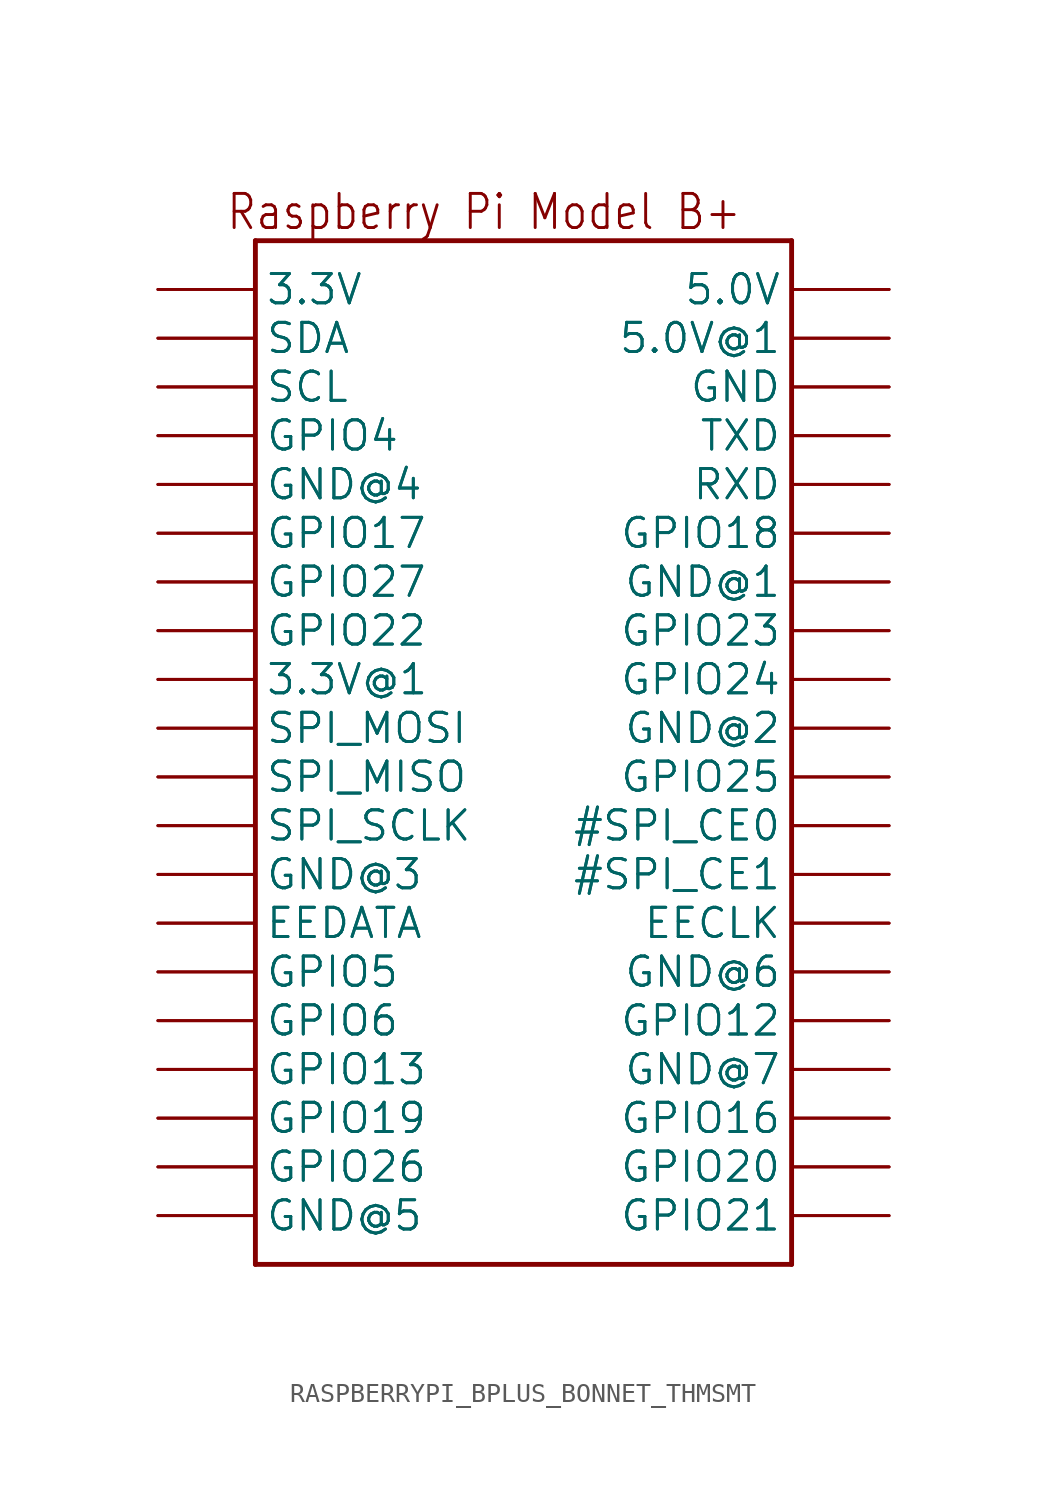
<source format=kicad_sym>
(kicad_symbol_lib
  (version 20241209)
  (generator "kicad_symbol_editor")
  (generator_version "9.0")
  (symbol "RASPBERRYPI_BPLUS_BONNET_THMSMT"
    (property "Reference" "RPI"
      (at 0 0 0)
      (effects (font (size 1.27 1.27)) (hide yes)))
    (property "ki_locked" ""
      (at 0 0 0)
      (effects (font (size 1.27 1.27))))
    (symbol "RASPBERRYPI_BPLUS_BONNET_THMSMT_1_0"
      (polyline (pts (xy -12.7 22.86) (xy 15.24 22.86)) (stroke (width 0.254) (type solid)) (fill (type none)))
      (polyline (pts (xy -12.7 -30.48) (xy -12.7 22.86)) (stroke (width 0.254) (type solid)) (fill (type none)))
      (polyline (pts (xy 15.24 22.86) (xy 15.24 -30.48)) (stroke (width 0.254) (type solid)) (fill (type none)))
      (polyline (pts (xy 15.24 -30.48) (xy -12.7 -30.48)) (stroke (width 0.254) (type solid)) (fill (type none)))
      (text "Raspberry Pi Model B+" (at 12.7 25.4 0) (effects (font (size 1.778 1.511)) (justify right top)))
      (pin power_in line (at -17.78 20.32 0) (length 5.08) (name "3.3V" (effects (font (size 1.524 1.524)))) (number "1" (effects (font (size 0 0)))))
      (pin power_in line (at -17.78 20.32 0) (length 5.08) (name "3.3V" (effects (font (size 1.524 1.524)))) (number "S1" (effects (font (size 0 0)))))
      (pin bidirectional line (at -17.78 17.78 0) (length 5.08) (name "SDA" (effects (font (size 1.524 1.524)))) (number "3" (effects (font (size 0 0)))))
      (pin bidirectional line (at -17.78 17.78 0) (length 5.08) (name "SDA" (effects (font (size 1.524 1.524)))) (number "S3" (effects (font (size 0 0)))))
      (pin bidirectional line (at -17.78 15.24 0) (length 5.08) (name "SCL" (effects (font (size 1.524 1.524)))) (number "5" (effects (font (size 0 0)))))
      (pin bidirectional line (at -17.78 15.24 0) (length 5.08) (name "SCL" (effects (font (size 1.524 1.524)))) (number "S5" (effects (font (size 0 0)))))
      (pin bidirectional line (at -17.78 12.7 0) (length 5.08) (name "GPIO4" (effects (font (size 1.524 1.524)))) (number "7" (effects (font (size 0 0)))))
      (pin bidirectional line (at -17.78 12.7 0) (length 5.08) (name "GPIO4" (effects (font (size 1.524 1.524)))) (number "S7" (effects (font (size 0 0)))))
      (pin power_in line (at -17.78 10.16 0) (length 5.08) (name "GND@4" (effects (font (size 1.524 1.524)))) (number "9" (effects (font (size 0 0)))))
      (pin power_in line (at -17.78 10.16 0) (length 5.08) (name "GND@4" (effects (font (size 1.524 1.524)))) (number "S9" (effects (font (size 0 0)))))
      (pin bidirectional line (at -17.78 7.62 0) (length 5.08) (name "GPIO17" (effects (font (size 1.524 1.524)))) (number "11" (effects (font (size 0 0)))))
      (pin bidirectional line (at -17.78 7.62 0) (length 5.08) (name "GPIO17" (effects (font (size 1.524 1.524)))) (number "S11" (effects (font (size 0 0)))))
      (pin bidirectional line (at -17.78 5.08 0) (length 5.08) (name "GPIO27" (effects (font (size 1.524 1.524)))) (number "13" (effects (font (size 0 0)))))
      (pin bidirectional line (at -17.78 5.08 0) (length 5.08) (name "GPIO27" (effects (font (size 1.524 1.524)))) (number "S13" (effects (font (size 0 0)))))
      (pin bidirectional line (at -17.78 2.54 0) (length 5.08) (name "GPIO22" (effects (font (size 1.524 1.524)))) (number "15" (effects (font (size 0 0)))))
      (pin bidirectional line (at -17.78 2.54 0) (length 5.08) (name "GPIO22" (effects (font (size 1.524 1.524)))) (number "S15" (effects (font (size 0 0)))))
      (pin power_in line (at -17.78 0 0) (length 5.08) (name "3.3V@1" (effects (font (size 1.524 1.524)))) (number "17" (effects (font (size 0 0)))))
      (pin power_in line (at -17.78 0 0) (length 5.08) (name "3.3V@1" (effects (font (size 1.524 1.524)))) (number "S17" (effects (font (size 0 0)))))
      (pin bidirectional line (at -17.78 -2.54 0) (length 5.08) (name "SPI_MOSI" (effects (font (size 1.524 1.524)))) (number "19" (effects (font (size 0 0)))))
      (pin bidirectional line (at -17.78 -2.54 0) (length 5.08) (name "SPI_MOSI" (effects (font (size 1.524 1.524)))) (number "S19" (effects (font (size 0 0)))))
      (pin bidirectional line (at -17.78 -5.08 0) (length 5.08) (name "SPI_MISO" (effects (font (size 1.524 1.524)))) (number "21" (effects (font (size 0 0)))))
      (pin bidirectional line (at -17.78 -5.08 0) (length 5.08) (name "SPI_MISO" (effects (font (size 1.524 1.524)))) (number "S21" (effects (font (size 0 0)))))
      (pin bidirectional line (at -17.78 -7.62 0) (length 5.08) (name "SPI_SCLK" (effects (font (size 1.524 1.524)))) (number "23" (effects (font (size 0 0)))))
      (pin bidirectional line (at -17.78 -7.62 0) (length 5.08) (name "SPI_SCLK" (effects (font (size 1.524 1.524)))) (number "S23" (effects (font (size 0 0)))))
      (pin power_in line (at -17.78 -10.16 0) (length 5.08) (name "GND@3" (effects (font (size 1.524 1.524)))) (number "25" (effects (font (size 0 0)))))
      (pin power_in line (at -17.78 -10.16 0) (length 5.08) (name "GND@3" (effects (font (size 1.524 1.524)))) (number "S25" (effects (font (size 0 0)))))
      (pin bidirectional line (at -17.78 -12.7 0) (length 5.08) (name "EEDATA" (effects (font (size 1.524 1.524)))) (number "27" (effects (font (size 0 0)))))
      (pin bidirectional line (at -17.78 -12.7 0) (length 5.08) (name "EEDATA" (effects (font (size 1.524 1.524)))) (number "S27" (effects (font (size 0 0)))))
      (pin bidirectional line (at -17.78 -15.24 0) (length 5.08) (name "GPIO5" (effects (font (size 1.524 1.524)))) (number "29" (effects (font (size 0 0)))))
      (pin bidirectional line (at -17.78 -15.24 0) (length 5.08) (name "GPIO5" (effects (font (size 1.524 1.524)))) (number "S29" (effects (font (size 0 0)))))
      (pin bidirectional line (at -17.78 -17.78 0) (length 5.08) (name "GPIO6" (effects (font (size 1.524 1.524)))) (number "31" (effects (font (size 0 0)))))
      (pin bidirectional line (at -17.78 -17.78 0) (length 5.08) (name "GPIO6" (effects (font (size 1.524 1.524)))) (number "S31" (effects (font (size 0 0)))))
      (pin bidirectional line (at -17.78 -20.32 0) (length 5.08) (name "GPIO13" (effects (font (size 1.524 1.524)))) (number "33" (effects (font (size 0 0)))))
      (pin bidirectional line (at -17.78 -20.32 0) (length 5.08) (name "GPIO13" (effects (font (size 1.524 1.524)))) (number "S33" (effects (font (size 0 0)))))
      (pin bidirectional line (at -17.78 -22.86 0) (length 5.08) (name "GPIO19" (effects (font (size 1.524 1.524)))) (number "35" (effects (font (size 0 0)))))
      (pin bidirectional line (at -17.78 -22.86 0) (length 5.08) (name "GPIO19" (effects (font (size 1.524 1.524)))) (number "S35" (effects (font (size 0 0)))))
      (pin bidirectional line (at -17.78 -25.4 0) (length 5.08) (name "GPIO26" (effects (font (size 1.524 1.524)))) (number "37" (effects (font (size 0 0)))))
      (pin bidirectional line (at -17.78 -25.4 0) (length 5.08) (name "GPIO26" (effects (font (size 1.524 1.524)))) (number "S37" (effects (font (size 0 0)))))
      (pin power_in line (at -17.78 -27.94 0) (length 5.08) (name "GND@5" (effects (font (size 1.524 1.524)))) (number "39" (effects (font (size 0 0)))))
      (pin power_in line (at -17.78 -27.94 0) (length 5.08) (name "GND@5" (effects (font (size 1.524 1.524)))) (number "S39" (effects (font (size 0 0)))))
      (pin power_in line (at 20.32 20.32 180) (length 5.08) (name "5.0V" (effects (font (size 1.524 1.524)))) (number "2" (effects (font (size 0 0)))))
      (pin power_in line (at 20.32 20.32 180) (length 5.08) (name "5.0V" (effects (font (size 1.524 1.524)))) (number "S2" (effects (font (size 0 0)))))
      (pin power_in line (at 20.32 17.78 180) (length 5.08) (name "5.0V@1" (effects (font (size 1.524 1.524)))) (number "4" (effects (font (size 0 0)))))
      (pin power_in line (at 20.32 17.78 180) (length 5.08) (name "5.0V@1" (effects (font (size 1.524 1.524)))) (number "S4" (effects (font (size 0 0)))))
      (pin power_in line (at 20.32 15.24 180) (length 5.08) (name "GND" (effects (font (size 1.524 1.524)))) (number "6" (effects (font (size 0 0)))))
      (pin power_in line (at 20.32 15.24 180) (length 5.08) (name "GND" (effects (font (size 1.524 1.524)))) (number "S6" (effects (font (size 0 0)))))
      (pin bidirectional line (at 20.32 12.7 180) (length 5.08) (name "TXD" (effects (font (size 1.524 1.524)))) (number "8" (effects (font (size 0 0)))))
      (pin bidirectional line (at 20.32 12.7 180) (length 5.08) (name "TXD" (effects (font (size 1.524 1.524)))) (number "S8" (effects (font (size 0 0)))))
      (pin bidirectional line (at 20.32 10.16 180) (length 5.08) (name "RXD" (effects (font (size 1.524 1.524)))) (number "10" (effects (font (size 0 0)))))
      (pin bidirectional line (at 20.32 10.16 180) (length 5.08) (name "RXD" (effects (font (size 1.524 1.524)))) (number "S10" (effects (font (size 0 0)))))
      (pin bidirectional line (at 20.32 7.62 180) (length 5.08) (name "GPIO18" (effects (font (size 1.524 1.524)))) (number "12" (effects (font (size 0 0)))))
      (pin bidirectional line (at 20.32 7.62 180) (length 5.08) (name "GPIO18" (effects (font (size 1.524 1.524)))) (number "S12" (effects (font (size 0 0)))))
      (pin power_in line (at 20.32 5.08 180) (length 5.08) (name "GND@1" (effects (font (size 1.524 1.524)))) (number "14" (effects (font (size 0 0)))))
      (pin power_in line (at 20.32 5.08 180) (length 5.08) (name "GND@1" (effects (font (size 1.524 1.524)))) (number "S14" (effects (font (size 0 0)))))
      (pin bidirectional line (at 20.32 2.54 180) (length 5.08) (name "GPIO23" (effects (font (size 1.524 1.524)))) (number "16" (effects (font (size 0 0)))))
      (pin bidirectional line (at 20.32 2.54 180) (length 5.08) (name "GPIO23" (effects (font (size 1.524 1.524)))) (number "S16" (effects (font (size 0 0)))))
      (pin bidirectional line (at 20.32 0 180) (length 5.08) (name "GPIO24" (effects (font (size 1.524 1.524)))) (number "18" (effects (font (size 0 0)))))
      (pin bidirectional line (at 20.32 0 180) (length 5.08) (name "GPIO24" (effects (font (size 1.524 1.524)))) (number "S18" (effects (font (size 0 0)))))
      (pin power_in line (at 20.32 -2.54 180) (length 5.08) (name "GND@2" (effects (font (size 1.524 1.524)))) (number "20" (effects (font (size 0 0)))))
      (pin power_in line (at 20.32 -2.54 180) (length 5.08) (name "GND@2" (effects (font (size 1.524 1.524)))) (number "S20" (effects (font (size 0 0)))))
      (pin bidirectional line (at 20.32 -5.08 180) (length 5.08) (name "GPIO25" (effects (font (size 1.524 1.524)))) (number "22" (effects (font (size 0 0)))))
      (pin bidirectional line (at 20.32 -5.08 180) (length 5.08) (name "GPIO25" (effects (font (size 1.524 1.524)))) (number "S22" (effects (font (size 0 0)))))
      (pin bidirectional line (at 20.32 -7.62 180) (length 5.08) (name "#SPI_CE0" (effects (font (size 1.524 1.524)))) (number "24" (effects (font (size 0 0)))))
      (pin bidirectional line (at 20.32 -7.62 180) (length 5.08) (name "#SPI_CE0" (effects (font (size 1.524 1.524)))) (number "S24" (effects (font (size 0 0)))))
      (pin bidirectional line (at 20.32 -10.16 180) (length 5.08) (name "#SPI_CE1" (effects (font (size 1.524 1.524)))) (number "26" (effects (font (size 0 0)))))
      (pin bidirectional line (at 20.32 -10.16 180) (length 5.08) (name "#SPI_CE1" (effects (font (size 1.524 1.524)))) (number "S26" (effects (font (size 0 0)))))
      (pin bidirectional line (at 20.32 -12.7 180) (length 5.08) (name "EECLK" (effects (font (size 1.524 1.524)))) (number "28" (effects (font (size 0 0)))))
      (pin bidirectional line (at 20.32 -12.7 180) (length 5.08) (name "EECLK" (effects (font (size 1.524 1.524)))) (number "S28" (effects (font (size 0 0)))))
      (pin power_in line (at 20.32 -15.24 180) (length 5.08) (name "GND@6" (effects (font (size 1.524 1.524)))) (number "30" (effects (font (size 0 0)))))
      (pin power_in line (at 20.32 -15.24 180) (length 5.08) (name "GND@6" (effects (font (size 1.524 1.524)))) (number "S30" (effects (font (size 0 0)))))
      (pin bidirectional line (at 20.32 -17.78 180) (length 5.08) (name "GPIO12" (effects (font (size 1.524 1.524)))) (number "32" (effects (font (size 0 0)))))
      (pin bidirectional line (at 20.32 -17.78 180) (length 5.08) (name "GPIO12" (effects (font (size 1.524 1.524)))) (number "S32" (effects (font (size 0 0)))))
      (pin power_in line (at 20.32 -20.32 180) (length 5.08) (name "GND@7" (effects (font (size 1.524 1.524)))) (number "34" (effects (font (size 0 0)))))
      (pin power_in line (at 20.32 -20.32 180) (length 5.08) (name "GND@7" (effects (font (size 1.524 1.524)))) (number "S34" (effects (font (size 0 0)))))
      (pin bidirectional line (at 20.32 -22.86 180) (length 5.08) (name "GPIO16" (effects (font (size 1.524 1.524)))) (number "36" (effects (font (size 0 0)))))
      (pin bidirectional line (at 20.32 -22.86 180) (length 5.08) (name "GPIO16" (effects (font (size 1.524 1.524)))) (number "S36" (effects (font (size 0 0)))))
      (pin bidirectional line (at 20.32 -25.4 180) (length 5.08) (name "GPIO20" (effects (font (size 1.524 1.524)))) (number "38" (effects (font (size 0 0)))))
      (pin bidirectional line (at 20.32 -25.4 180) (length 5.08) (name "GPIO20" (effects (font (size 1.524 1.524)))) (number "S38" (effects (font (size 0 0)))))
      (pin bidirectional line (at 20.32 -27.94 180) (length 5.08) (name "GPIO21" (effects (font (size 1.524 1.524)))) (number "40" (effects (font (size 0 0)))))
      (pin bidirectional line (at 20.32 -27.94 180) (length 5.08) (name "GPIO21" (effects (font (size 1.524 1.524)))) (number "S40" (effects (font (size 0 0))))))))
</source>
